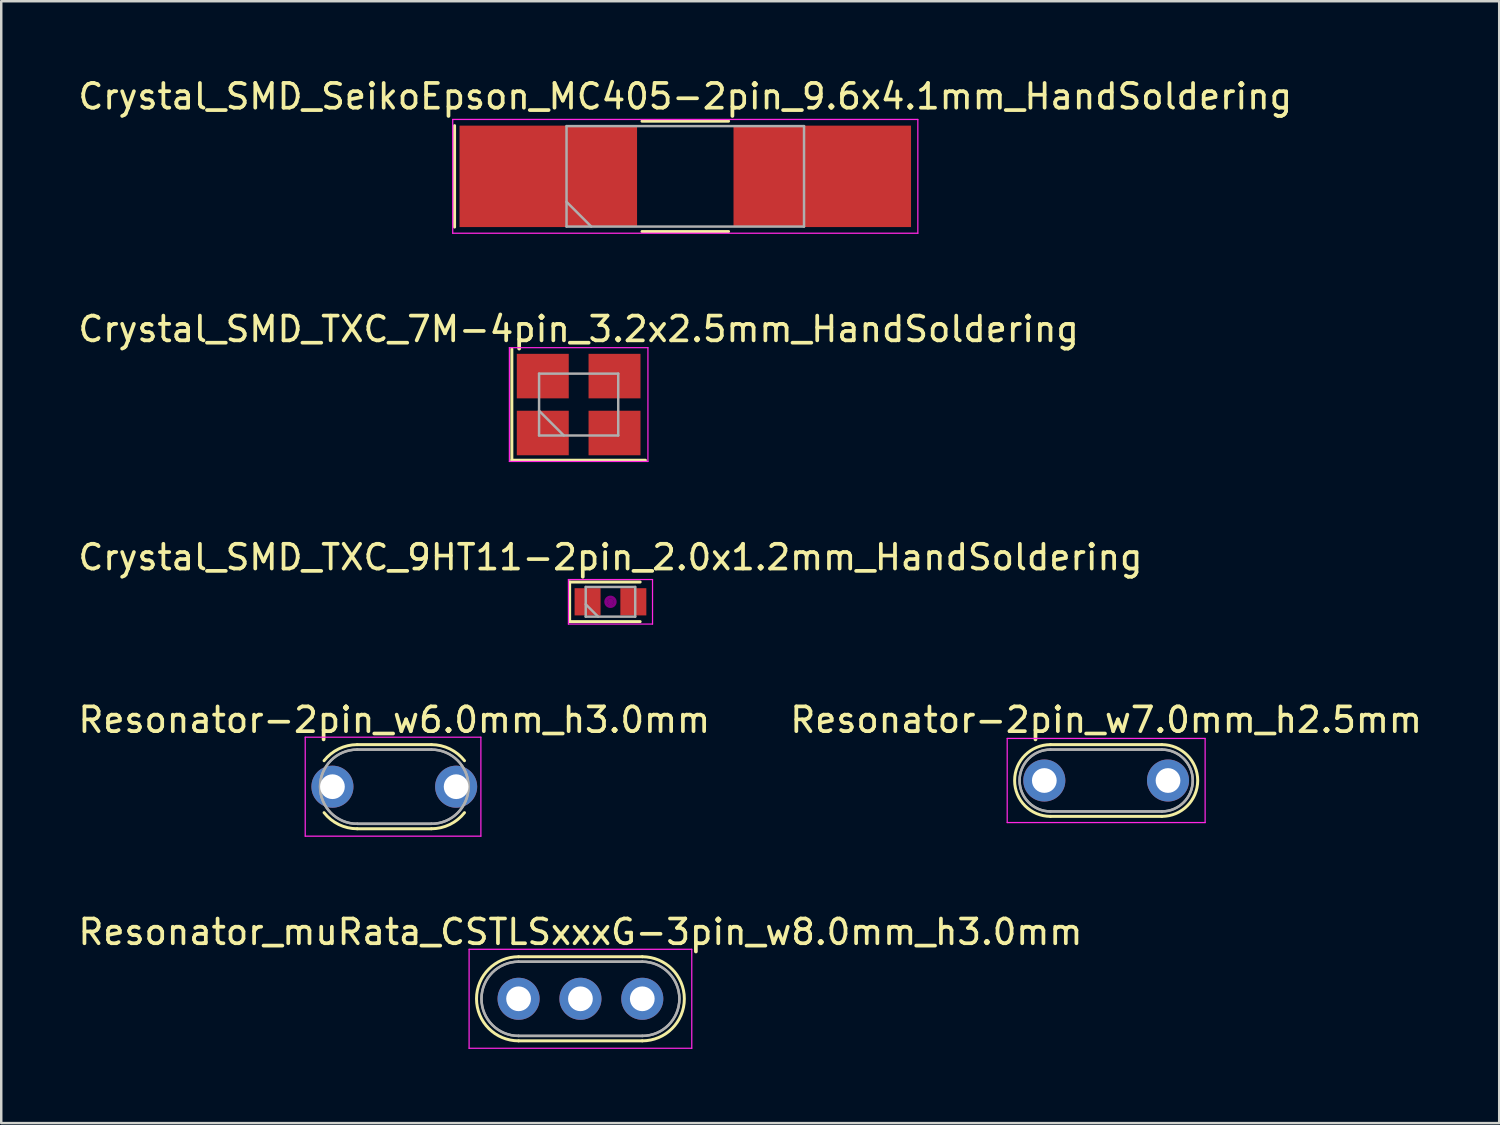
<source format=kicad_pcb>
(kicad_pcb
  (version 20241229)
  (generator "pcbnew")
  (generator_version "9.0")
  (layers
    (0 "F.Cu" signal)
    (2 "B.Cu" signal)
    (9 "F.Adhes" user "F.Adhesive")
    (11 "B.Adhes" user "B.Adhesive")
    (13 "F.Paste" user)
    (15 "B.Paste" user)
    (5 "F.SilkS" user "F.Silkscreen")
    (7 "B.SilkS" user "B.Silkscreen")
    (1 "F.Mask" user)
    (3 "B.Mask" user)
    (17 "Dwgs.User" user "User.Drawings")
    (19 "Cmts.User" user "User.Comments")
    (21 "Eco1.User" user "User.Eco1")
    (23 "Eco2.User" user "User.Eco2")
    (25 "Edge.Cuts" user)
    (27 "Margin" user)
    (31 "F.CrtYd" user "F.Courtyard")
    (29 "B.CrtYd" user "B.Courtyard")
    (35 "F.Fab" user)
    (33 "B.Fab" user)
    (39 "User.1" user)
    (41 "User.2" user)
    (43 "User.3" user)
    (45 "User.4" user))
  (footprint "Resonator-2pin_w6.0mm_h3.0mm"
    (layer "F.Cu")
    (at 10.387 28.748)
    (property "Reference" "Resonator-2pin_w6.0mm_h3.0mm" (at 2.5 -2.7 0) (layer "F.SilkS") (effects (font (size 1 1) (thickness 0.15))))
    (attr through_hole)
    (fp_line (start 1 -1.7) (end 4 -1.7) (stroke (width 0.12) (type solid)) (layer "F.SilkS"))
    (fp_line (start 1 1.7) (end 4 1.7) (stroke (width 0.12) (type solid)) (layer "F.SilkS"))
    (fp_arc (start -0.33779 -1.048961) (mid 0.256102 -1.5286) (end 1 -1.7) (stroke (width 0.12) (type solid)) (layer "F.SilkS"))
    (fp_arc (start 1 1.7) (mid 0.256103 1.5286) (end -0.33779 1.048961) (stroke (width 0.12) (type solid)) (layer "F.SilkS"))
    (fp_arc (start 4 -1.7) (mid 4.743897 -1.5286) (end 5.33779 -1.048961) (stroke (width 0.12) (type solid)) (layer "F.SilkS"))
    (fp_arc (start 5.33779 1.048961) (mid 4.743898 1.5286) (end 4 1.7) (stroke (width 0.12) (type solid)) (layer "F.SilkS"))
    (fp_line (start -1.1 -2) (end -1.1 2) (stroke (width 0.05) (type solid)) (layer "F.CrtYd"))
    (fp_line (start -1.1 2) (end 6 2) (stroke (width 0.05) (type solid)) (layer "F.CrtYd"))
    (fp_line (start 6 -2) (end -1.1 -2) (stroke (width 0.05) (type solid)) (layer "F.CrtYd"))
    (fp_line (start 6 2) (end 6 -2) (stroke (width 0.05) (type solid)) (layer "F.CrtYd"))
    (fp_line (start 1 -1.5) (end 4 -1.5) (stroke (width 0.1) (type solid)) (layer "F.Fab"))
    (fp_line (start 1 -1.5) (end 4 -1.5) (stroke (width 0.1) (type solid)) (layer "F.Fab"))
    (fp_line (start 1 1.5) (end 4 1.5) (stroke (width 0.1) (type solid)) (layer "F.Fab"))
    (fp_line (start 1 1.5) (end 4 1.5) (stroke (width 0.1) (type solid)) (layer "F.Fab"))
    (fp_arc (start 1 1.5) (mid -0.5 0) (end 1 -1.5) (stroke (width 0.1) (type solid)) (layer "F.Fab"))
    (fp_arc (start 1 1.5) (mid -0.5 0) (end 1 -1.5) (stroke (width 0.1) (type solid)) (layer "F.Fab"))
    (fp_arc (start 4 -1.5) (mid 5.5 0) (end 4 1.5) (stroke (width 0.1) (type solid)) (layer "F.Fab"))
    (fp_arc (start 4 -1.5) (mid 5.5 0) (end 4 1.5) (stroke (width 0.1) (type solid)) (layer "F.Fab"))
    (pad "1" thru_hole circle (at 0 0) (size 1.7 1.7) (drill 1) (layers "*.Cu" "*.Mask"))
    (pad "2" thru_hole circle (at 5 0) (size 1.7 1.7) (drill 1) (layers "*.Cu" "*.Mask")))
  (footprint "Crystal_SMD_TXC_7M-4pin_3.2x2.5mm_HandSoldering"
    (layer "F.Cu")
    (at 20.339 13.302)
    (property "Reference" "Crystal_SMD_TXC_7M-4pin_3.2x2.5mm_HandSoldering" (at 0 -3.05 0) (layer "F.SilkS") (effects (font (size 1 1) (thickness 0.15))))
    (attr smd)
    (fp_line (start -2.7 -2.25) (end -2.7 2.25) (stroke (width 0.12) (type solid)) (layer "F.SilkS"))
    (fp_line (start -2.7 2.25) (end 2.7 2.25) (stroke (width 0.12) (type solid)) (layer "F.SilkS"))
    (fp_line (start -2.8 -2.3) (end -2.8 2.3) (stroke (width 0.05) (type solid)) (layer "F.CrtYd"))
    (fp_line (start -2.8 2.3) (end 2.8 2.3) (stroke (width 0.05) (type solid)) (layer "F.CrtYd"))
    (fp_line (start 2.8 -2.3) (end -2.8 -2.3) (stroke (width 0.05) (type solid)) (layer "F.CrtYd"))
    (fp_line (start 2.8 2.3) (end 2.8 -2.3) (stroke (width 0.05) (type solid)) (layer "F.CrtYd"))
    (fp_line (start -1.6 -1.25) (end -1.6 1.25) (stroke (width 0.1) (type solid)) (layer "F.Fab"))
    (fp_line (start -1.6 0.25) (end -0.6 1.25) (stroke (width 0.1) (type solid)) (layer "F.Fab"))
    (fp_line (start -1.6 1.25) (end 1.6 1.25) (stroke (width 0.1) (type solid)) (layer "F.Fab"))
    (fp_line (start 1.6 -1.25) (end -1.6 -1.25) (stroke (width 0.1) (type solid)) (layer "F.Fab"))
    (fp_line (start 1.6 1.25) (end 1.6 -1.25) (stroke (width 0.1) (type solid)) (layer "F.Fab"))
    (pad "1" smd rect (at -1.45 1.15) (size 2.1 1.8) (layers "F.Cu" "F.Mask"))
    (pad "2" smd rect (at 1.45 1.15) (size 2.1 1.8) (layers "F.Cu" "F.Mask"))
    (pad "3" smd rect (at 1.45 -1.15) (size 2.1 1.8) (layers "F.Cu" "F.Mask"))
    (pad "4" smd rect (at -1.45 -1.15) (size 2.1 1.8) (layers "F.Cu" "F.Mask")))
  (footprint "Crystal_SMD_TXC_9HT11-2pin_2.0x1.2mm_HandSoldering"
    (layer "F.Cu")
    (at 21.625 21.275)
    (property "Reference" "Crystal_SMD_TXC_9HT11-2pin_2.0x1.2mm_HandSoldering" (at 0 -1.8 0) (layer "F.SilkS") (effects (font (size 1 1) (thickness 0.15))))
    (attr smd)
    (fp_line (start -1.65 -0.8) (end -1.65 0.8) (stroke (width 0.12) (type solid)) (layer "F.SilkS"))
    (fp_line (start -1.65 0.8) (end 1.2 0.8) (stroke (width 0.12) (type solid)) (layer "F.SilkS"))
    (fp_line (start 1.2 -0.8) (end -1.65 -0.8) (stroke (width 0.12) (type solid)) (layer "F.SilkS"))
    (fp_circle (center 0 0) (end 0.047 0) (stroke (width 0.093) (type solid)) (fill no) (layer "F.Adhes"))
    (fp_circle (center 0 0) (end 0.107 0) (stroke (width 0.067) (type solid)) (fill no) (layer "F.Adhes"))
    (fp_circle (center 0 0) (end 0.167 0) (stroke (width 0.067) (type solid)) (fill no) (layer "F.Adhes"))
    (fp_circle (center 0 0) (end 0.2 0) (stroke (width 0.1) (type solid)) (fill no) (layer "F.Adhes"))
    (fp_line (start -1.7 -0.9) (end -1.7 0.9) (stroke (width 0.05) (type solid)) (layer "F.CrtYd"))
    (fp_line (start -1.7 0.9) (end 1.7 0.9) (stroke (width 0.05) (type solid)) (layer "F.CrtYd"))
    (fp_line (start 1.7 -0.9) (end -1.7 -0.9) (stroke (width 0.05) (type solid)) (layer "F.CrtYd"))
    (fp_line (start 1.7 0.9) (end 1.7 -0.9) (stroke (width 0.05) (type solid)) (layer "F.CrtYd"))
    (fp_line (start -1 -0.6) (end -1 0.6) (stroke (width 0.1) (type solid)) (layer "F.Fab"))
    (fp_line (start -1 0.1) (end -0.5 0.6) (stroke (width 0.1) (type solid)) (layer "F.Fab"))
    (fp_line (start -1 0.6) (end 1 0.6) (stroke (width 0.1) (type solid)) (layer "F.Fab"))
    (fp_line (start 1 -0.6) (end -1 -0.6) (stroke (width 0.1) (type solid)) (layer "F.Fab"))
    (fp_line (start 1 0.6) (end 1 -0.6) (stroke (width 0.1) (type solid)) (layer "F.Fab"))
    (pad "1" smd rect (at -0.925 0) (size 1.05 1.1) (layers "F.Cu" "F.Mask"))
    (pad "2" smd rect (at 0.925 0) (size 1.05 1.1) (layers "F.Cu" "F.Mask")))
  (footprint "Crystal_SMD_SeikoEpson_MC405-2pin_9.6x4.1mm_HandSoldering"
    (layer "F.Cu")
    (at 24.649 4.078)
    (property "Reference" "Crystal_SMD_SeikoEpson_MC405-2pin_9.6x4.1mm_HandSoldering" (at 0 -3.23 0) (layer "F.SilkS") (effects (font (size 1 1) (thickness 0.15))))
    (attr smd)
    (fp_line (start -9.325 -2.05) (end -9.325 2.05) (stroke (width 0.12) (type solid)) (layer "F.SilkS"))
    (fp_line (start -1.75 -2.23) (end 1.75 -2.23) (stroke (width 0.12) (type solid)) (layer "F.SilkS"))
    (fp_line (start -1.75 2.23) (end 1.75 2.23) (stroke (width 0.12) (type solid)) (layer "F.SilkS"))
    (fp_line (start -9.4 -2.3) (end -9.4 2.3) (stroke (width 0.05) (type solid)) (layer "F.CrtYd"))
    (fp_line (start -9.4 2.3) (end 9.4 2.3) (stroke (width 0.05) (type solid)) (layer "F.CrtYd"))
    (fp_line (start 9.4 -2.3) (end -9.4 -2.3) (stroke (width 0.05) (type solid)) (layer "F.CrtYd"))
    (fp_line (start 9.4 2.3) (end 9.4 -2.3) (stroke (width 0.05) (type solid)) (layer "F.CrtYd"))
    (fp_line (start -4.8 -2.03) (end -4.8 2.03) (stroke (width 0.1) (type solid)) (layer "F.Fab"))
    (fp_line (start -4.8 1.03) (end -3.8 2.03) (stroke (width 0.1) (type solid)) (layer "F.Fab"))
    (fp_line (start -4.8 2.03) (end 4.8 2.03) (stroke (width 0.1) (type solid)) (layer "F.Fab"))
    (fp_line (start 4.8 -2.03) (end -4.8 -2.03) (stroke (width 0.1) (type solid)) (layer "F.Fab"))
    (fp_line (start 4.8 2.03) (end 4.8 -2.03) (stroke (width 0.1) (type solid)) (layer "F.Fab"))
    (pad "1" smd rect (at -5.537 0) (size 7.175 4.1) (layers "F.Cu" "F.Mask"))
    (pad "2" smd rect (at 5.537 0) (size 7.175 4.1) (layers "F.Cu" "F.Mask")))
  (footprint "Resonator_muRata_CSTLSxxxG-3pin_w8.0mm_h3.0mm"
    (layer "F.Cu")
    (at 17.911 37.321)
    (property "Reference" "Resonator_muRata_CSTLSxxxG-3pin_w8.0mm_h3.0mm" (at 2.5 -2.7 0) (layer "F.SilkS") (effects (font (size 1 1) (thickness 0.15))))
    (attr through_hole)
    (fp_line (start 0 -1.7) (end 5 -1.7) (stroke (width 0.12) (type solid)) (layer "F.SilkS"))
    (fp_line (start 0 1.7) (end 5 1.7) (stroke (width 0.12) (type solid)) (layer "F.SilkS"))
    (fp_arc (start 0 1.7) (mid -1.7 0) (end 0 -1.7) (stroke (width 0.12) (type solid)) (layer "F.SilkS"))
    (fp_arc (start 5 -1.7) (mid 6.7 0) (end 5 1.7) (stroke (width 0.12) (type solid)) (layer "F.SilkS"))
    (fp_line (start -2 -2) (end -2 2) (stroke (width 0.05) (type solid)) (layer "F.CrtYd"))
    (fp_line (start -2 2) (end 7 2) (stroke (width 0.05) (type solid)) (layer "F.CrtYd"))
    (fp_line (start 7 -2) (end -2 -2) (stroke (width 0.05) (type solid)) (layer "F.CrtYd"))
    (fp_line (start 7 2) (end 7 -2) (stroke (width 0.05) (type solid)) (layer "F.CrtYd"))
    (fp_line (start 0 -1.5) (end 5 -1.5) (stroke (width 0.1) (type solid)) (layer "F.Fab"))
    (fp_line (start 0 -1.5) (end 5 -1.5) (stroke (width 0.1) (type solid)) (layer "F.Fab"))
    (fp_line (start 0 1.5) (end 5 1.5) (stroke (width 0.1) (type solid)) (layer "F.Fab"))
    (fp_line (start 0 1.5) (end 5 1.5) (stroke (width 0.1) (type solid)) (layer "F.Fab"))
    (fp_arc (start 0 1.5) (mid -1.5 0) (end 0 -1.5) (stroke (width 0.1) (type solid)) (layer "F.Fab"))
    (fp_arc (start 0 1.5) (mid -1.5 0) (end 0 -1.5) (stroke (width 0.1) (type solid)) (layer "F.Fab"))
    (fp_arc (start 5 -1.5) (mid 6.5 0) (end 5 1.5) (stroke (width 0.1) (type solid)) (layer "F.Fab"))
    (fp_arc (start 5 -1.5) (mid 6.5 0) (end 5 1.5) (stroke (width 0.1) (type solid)) (layer "F.Fab"))
    (pad "1" thru_hole circle (at 0 0) (size 1.7 1.7) (drill 1) (layers "*.Cu" "*.Mask"))
    (pad "2" thru_hole circle (at 2.5 0) (size 1.7 1.7) (drill 1) (layers "*.Cu" "*.Mask"))
    (pad "3" thru_hole circle (at 5 0) (size 1.7 1.7) (drill 1) (layers "*.Cu" "*.Mask")))
  (footprint "Resonator-2pin_w7.0mm_h2.5mm"
    (layer "F.Cu")
    (at 39.161 28.498)
    (property "Reference" "Resonator-2pin_w7.0mm_h2.5mm" (at 2.5 -2.45 0) (layer "F.SilkS") (effects (font (size 1 1) (thickness 0.15))))
    (attr through_hole)
    (fp_line (start 0.25 -1.45) (end 4.75 -1.45) (stroke (width 0.12) (type solid)) (layer "F.SilkS"))
    (fp_line (start 0.25 1.45) (end 4.75 1.45) (stroke (width 0.12) (type solid)) (layer "F.SilkS"))
    (fp_arc (start 0.25 1.45) (mid -1.2 0) (end 0.25 -1.45) (stroke (width 0.12) (type solid)) (layer "F.SilkS"))
    (fp_arc (start 4.75 -1.45) (mid 6.2 0) (end 4.75 1.45) (stroke (width 0.12) (type solid)) (layer "F.SilkS"))
    (fp_line (start -1.5 -1.7) (end -1.5 1.7) (stroke (width 0.05) (type solid)) (layer "F.CrtYd"))
    (fp_line (start -1.5 1.7) (end 6.5 1.7) (stroke (width 0.05) (type solid)) (layer "F.CrtYd"))
    (fp_line (start 6.5 -1.7) (end -1.5 -1.7) (stroke (width 0.05) (type solid)) (layer "F.CrtYd"))
    (fp_line (start 6.5 1.7) (end 6.5 -1.7) (stroke (width 0.05) (type solid)) (layer "F.CrtYd"))
    (fp_line (start 0.25 -1.25) (end 4.75 -1.25) (stroke (width 0.1) (type solid)) (layer "F.Fab"))
    (fp_line (start 0.25 -1.25) (end 4.75 -1.25) (stroke (width 0.1) (type solid)) (layer "F.Fab"))
    (fp_line (start 0.25 1.25) (end 4.75 1.25) (stroke (width 0.1) (type solid)) (layer "F.Fab"))
    (fp_line (start 0.25 1.25) (end 4.75 1.25) (stroke (width 0.1) (type solid)) (layer "F.Fab"))
    (fp_arc (start 0.25 1.25) (mid -1 0) (end 0.25 -1.25) (stroke (width 0.1) (type solid)) (layer "F.Fab"))
    (fp_arc (start 0.25 1.25) (mid -1 0) (end 0.25 -1.25) (stroke (width 0.1) (type solid)) (layer "F.Fab"))
    (fp_arc (start 4.75 -1.25) (mid 6 0) (end 4.75 1.25) (stroke (width 0.1) (type solid)) (layer "F.Fab"))
    (fp_arc (start 4.75 -1.25) (mid 6 0) (end 4.75 1.25) (stroke (width 0.1) (type solid)) (layer "F.Fab"))
    (pad "1" thru_hole circle (at 0 0) (size 1.7 1.7) (drill 1) (layers "*.Cu" "*.Mask"))
    (pad "2" thru_hole circle (at 5 0) (size 1.7 1.7) (drill 1) (layers "*.Cu" "*.Mask")))
  (gr_rect
    (start -3 -3)
    (end 57.548 42.346)
    (stroke (width 0.1) (type default))
    (fill no)
    (layer "Edge.Cuts")))
</source>
